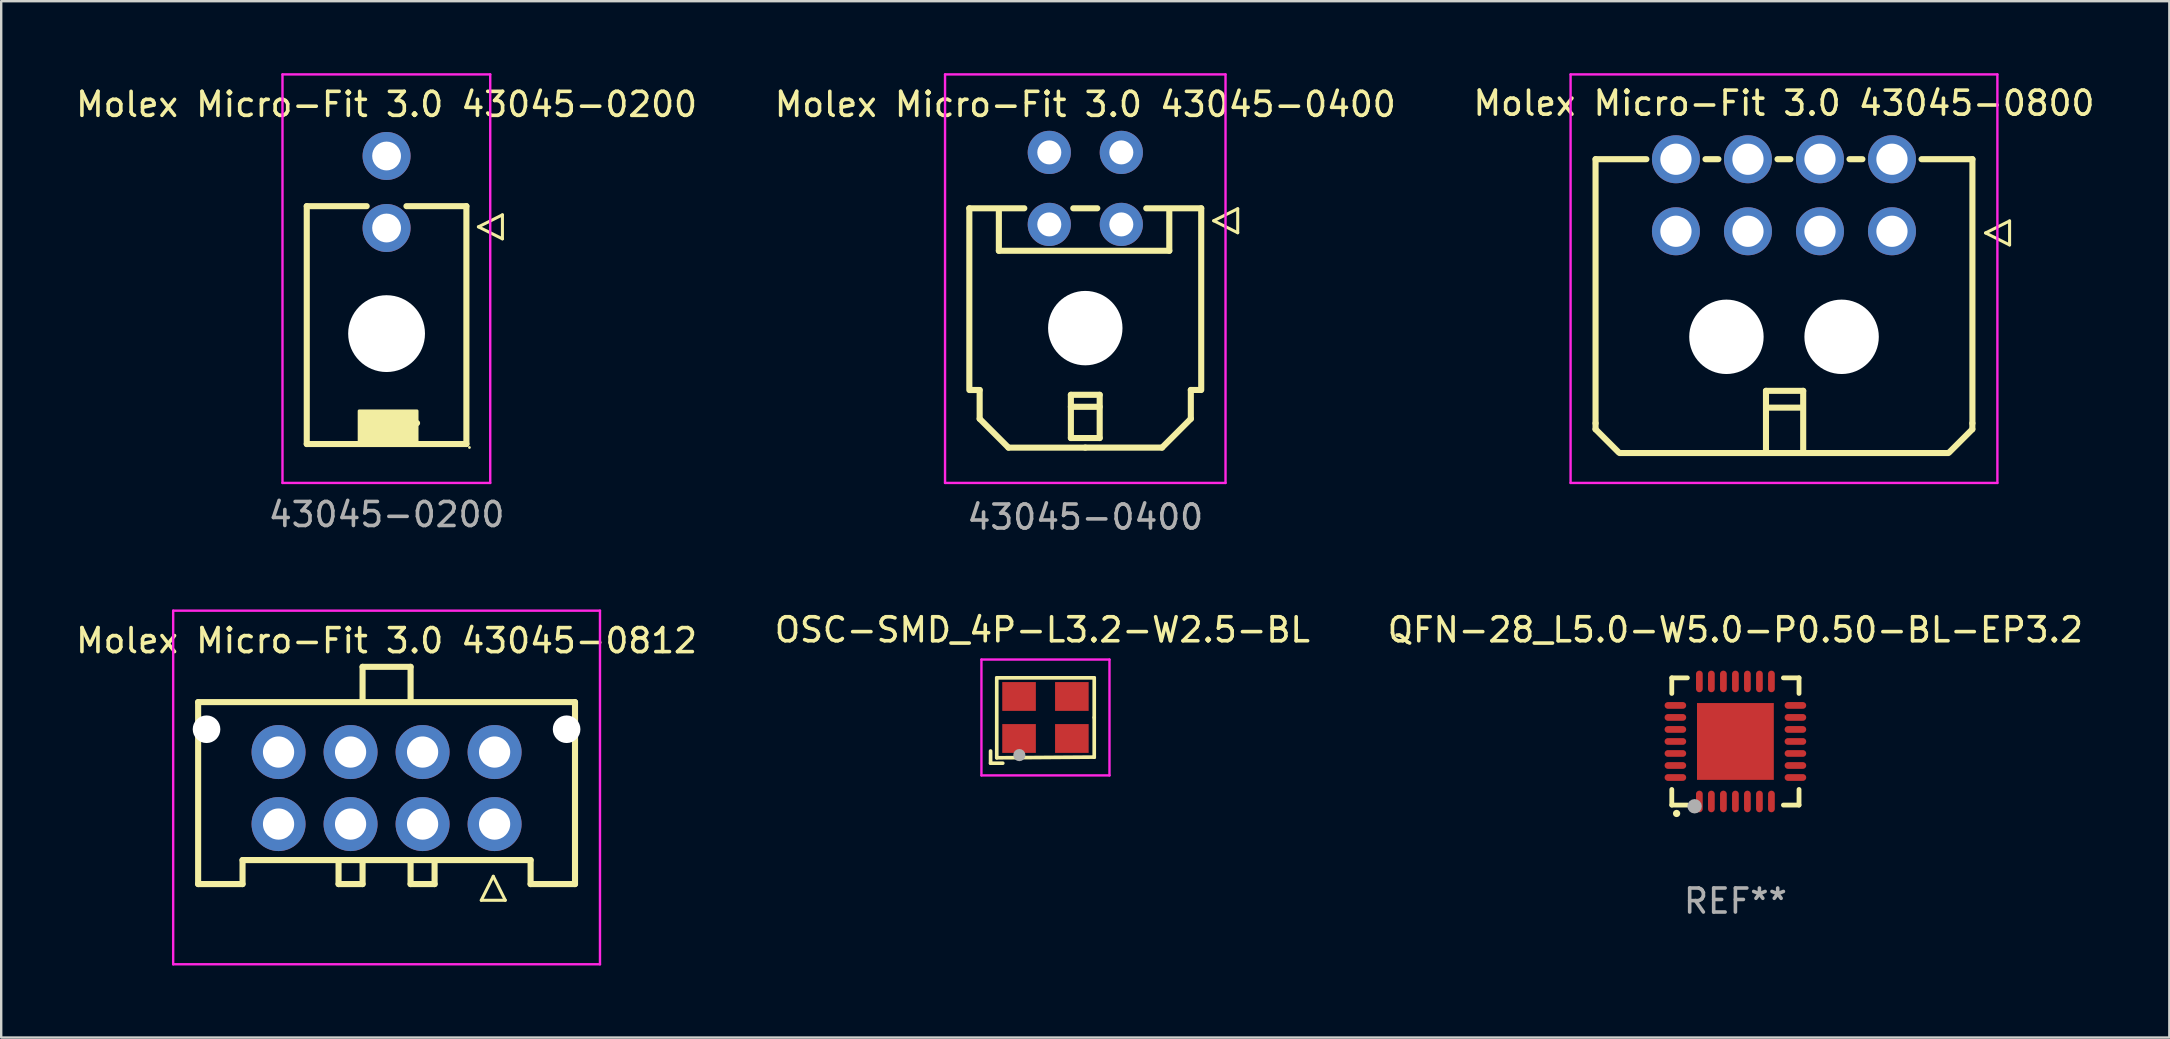
<source format=kicad_pcb>
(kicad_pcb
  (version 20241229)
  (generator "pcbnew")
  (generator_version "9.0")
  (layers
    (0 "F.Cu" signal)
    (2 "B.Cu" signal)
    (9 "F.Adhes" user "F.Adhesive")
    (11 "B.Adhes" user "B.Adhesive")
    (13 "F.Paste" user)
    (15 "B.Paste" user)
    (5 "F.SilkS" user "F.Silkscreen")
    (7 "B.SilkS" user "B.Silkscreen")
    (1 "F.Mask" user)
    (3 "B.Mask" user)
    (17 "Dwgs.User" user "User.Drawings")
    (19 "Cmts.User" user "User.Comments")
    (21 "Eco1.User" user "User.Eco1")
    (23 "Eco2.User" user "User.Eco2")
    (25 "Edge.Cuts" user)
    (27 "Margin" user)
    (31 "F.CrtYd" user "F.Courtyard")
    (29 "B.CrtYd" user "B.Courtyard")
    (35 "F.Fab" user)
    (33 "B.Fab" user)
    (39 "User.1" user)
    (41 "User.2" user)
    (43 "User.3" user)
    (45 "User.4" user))
  (footprint "Molex Micro-Fit 3.0 43045-0200"
    (layer "F.Cu")
    (at 13.054 6.448)
    (property "Reference" "Molex Micro-Fit 3.0 43045-0200" (at 0 -5.149 0) (layer "F.SilkS") (effects (font (size 1 1) (thickness 0.15))))
    (attr through_hole)
    (fp_line (start -3.325 -0.91) (end -0.828 -0.91) (stroke (width 0.254) (type solid)) (layer "F.SilkS"))
    (fp_line (start -3.325 9) (end -3.325 -0.91) (stroke (width 0.254) (type solid)) (layer "F.SilkS"))
    (fp_line (start -3.325 9) (end 3.325 9) (stroke (width 0.254) (type solid)) (layer "F.SilkS"))
    (fp_line (start -1.016 8.128) (end 1.27 8.128) (stroke (width 0.254) (type solid)) (layer "F.SilkS"))
    (fp_line (start 0.828 -0.91) (end 3.325 -0.91) (stroke (width 0.254) (type solid)) (layer "F.SilkS"))
    (fp_line (start 3.325 9) (end 3.325 -0.91) (stroke (width 0.254) (type solid)) (layer "F.SilkS"))
    (fp_line (start 3.826 -0.048) (end 4.826 -0.548) (stroke (width 0.127) (type solid)) (layer "F.SilkS"))
    (fp_line (start 4.826 -0.548) (end 4.826 0.452) (stroke (width 0.127) (type solid)) (layer "F.SilkS"))
    (fp_line (start 4.826 0.452) (end 3.826 -0.048) (stroke (width 0.127) (type solid)) (layer "F.SilkS"))
    (fp_circle (center 3.452 9.144) (end 3.482 9.144) (stroke (width 0.06) (type solid)) (fill no) (layer "F.SilkS"))
    (fp_poly (pts (xy -1.143 7.62) (xy 1.27 7.62) (xy 1.27 9.017) (xy -1.143 9.017)) (stroke (width 0.12) (type solid)) (fill yes) (layer "F.SilkS"))
    (fp_line (start -4.336 -6.398) (end 4.318 -6.398) (stroke (width 0.1) (type solid)) (layer "F.CrtYd"))
    (fp_line (start -4.336 10.62) (end -4.336 -6.398) (stroke (width 0.1) (type solid)) (layer "F.CrtYd"))
    (fp_line (start 4.318 -6.398) (end 4.318 10.62) (stroke (width 0.1) (type solid)) (layer "F.CrtYd"))
    (fp_line (start 4.318 10.62) (end -4.336 10.62) (stroke (width 0.1) (type solid)) (layer "F.CrtYd"))
    (fp_text user "43045-0200" (at 0 11.938 0) (unlocked yes) (layer "F.Fab") (effects (font (size 1 1) (thickness 0.15))))
    (pad "" np_thru_hole circle (at 0 4.4) (size 3.2 3.2) (drill 3.2) (layers "*.Cu" "*.Mask"))
    (pad "1" thru_hole circle (at 0 0) (size 2 2) (drill 1.2) (layers "*.Cu" "*.Mask"))
    (pad "2" thru_hole circle (at 0 -3) (size 2 2) (drill 1.2) (layers "*.Cu" "*.Mask")))
  (footprint "Molex Micro-Fit 3.0 43045-0812"
    (layer "F.Cu")
    (at 13.054 31.279)
    (property "Reference" "Molex Micro-Fit 3.0 43045-0812" (at 0 -7.64 0) (layer "F.SilkS") (effects (font (size 1 1) (thickness 0.15))))
    (attr through_hole)
    (fp_line (start -7.85 -5.08) (end -7.85 2.5) (stroke (width 0.254) (type solid)) (layer "F.SilkS"))
    (fp_line (start -6 1.5) (end -6 2.5) (stroke (width 0.254) (type solid)) (layer "F.SilkS"))
    (fp_line (start -6 1.5) (end 6 1.5) (stroke (width 0.254) (type solid)) (layer "F.SilkS"))
    (fp_line (start -6 2.5) (end -7.85 2.5) (stroke (width 0.254) (type solid)) (layer "F.SilkS"))
    (fp_line (start -2 1.5) (end -2 2.5) (stroke (width 0.254) (type solid)) (layer "F.SilkS"))
    (fp_line (start -2 2.5) (end -1 2.5) (stroke (width 0.254) (type solid)) (layer "F.SilkS"))
    (fp_line (start -1 -6.55) (end 1 -6.55) (stroke (width 0.254) (type solid)) (layer "F.SilkS"))
    (fp_line (start -1 -5.15) (end -1 -6.55) (stroke (width 0.254) (type solid)) (layer "F.SilkS"))
    (fp_line (start -1 2.5) (end -1 1.5) (stroke (width 0.254) (type solid)) (layer "F.SilkS"))
    (fp_line (start 1 -6.55) (end 1 -5.15) (stroke (width 0.254) (type solid)) (layer "F.SilkS"))
    (fp_line (start 1 1.5) (end 1 2.5) (stroke (width 0.254) (type solid)) (layer "F.SilkS"))
    (fp_line (start 1 2.5) (end 2 2.5) (stroke (width 0.254) (type solid)) (layer "F.SilkS"))
    (fp_line (start 2 2.5) (end 2 1.5) (stroke (width 0.254) (type solid)) (layer "F.SilkS"))
    (fp_line (start 3.945 3.175) (end 4.445 2.175) (stroke (width 0.127) (type solid)) (layer "F.SilkS"))
    (fp_line (start 4.445 2.175) (end 4.945 3.175) (stroke (width 0.127) (type solid)) (layer "F.SilkS"))
    (fp_line (start 4.945 3.175) (end 3.945 3.175) (stroke (width 0.127) (type solid)) (layer "F.SilkS"))
    (fp_line (start 6 1.5) (end 6 2.5) (stroke (width 0.254) (type solid)) (layer "F.SilkS"))
    (fp_line (start 6 2.5) (end 7.85 2.5) (stroke (width 0.254) (type solid)) (layer "F.SilkS"))
    (fp_line (start 7.85 -5.08) (end -7.85 -5.08) (stroke (width 0.254) (type solid)) (layer "F.SilkS"))
    (fp_line (start 7.85 2.5) (end 7.85 -5.08) (stroke (width 0.254) (type solid)) (layer "F.SilkS"))
    (fp_line (start -8.89 -8.89) (end 8.89 -8.89) (stroke (width 0.1) (type solid)) (layer "F.CrtYd"))
    (fp_line (start -8.89 5.842) (end -8.89 -8.89) (stroke (width 0.1) (type solid)) (layer "F.CrtYd"))
    (fp_line (start 8.89 -8.89) (end 8.89 5.842) (stroke (width 0.1) (type solid)) (layer "F.CrtYd"))
    (fp_line (start 8.89 5.842) (end -8.89 5.842) (stroke (width 0.1) (type solid)) (layer "F.CrtYd"))
    (pad "" np_thru_hole circle (at -7.5 -3.95) (size 1.15 1.15) (drill 1.15) (layers "*.Cu" "*.Mask"))
    (pad "" np_thru_hole circle (at 7.5 -3.95) (size 1.15 1.15) (drill 1.15) (layers "*.Cu" "*.Mask"))
    (pad "1" thru_hole circle (at 4.5 0) (size 2.25 2.25) (drill 1.3) (layers "*.Cu" "*.Mask"))
    (pad "2" thru_hole circle (at 1.5 0) (size 2.25 2.25) (drill 1.3) (layers "*.Cu" "*.Mask"))
    (pad "3" thru_hole circle (at -1.5 0) (size 2.25 2.25) (drill 1.3) (layers "*.Cu" "*.Mask"))
    (pad "4" thru_hole circle (at -4.5 0) (size 2.25 2.25) (drill 1.3) (layers "*.Cu" "*.Mask"))
    (pad "5" thru_hole circle (at 4.5 -3) (size 2.25 2.25) (drill 1.3) (layers "*.Cu" "*.Mask"))
    (pad "6" thru_hole circle (at 1.5 -3) (size 2.25 2.25) (drill 1.3) (layers "*.Cu" "*.Mask"))
    (pad "7" thru_hole circle (at -1.5 -3) (size 2.25 2.25) (drill 1.3) (layers "*.Cu" "*.Mask"))
    (pad "8" thru_hole circle (at -4.5 -3) (size 2.25 2.25) (drill 1.3) (layers "*.Cu" "*.Mask")))
  (footprint "Molex Micro-Fit 3.0 43045-0400"
    (layer "F.Cu")
    (at 42.161 6.299)
    (property "Reference" "Molex Micro-Fit 3.0 43045-0400" (at 0 -5 180) (layer "F.SilkS") (effects (font (size 1 1) (thickness 0.15))))
    (attr through_hole)
    (fp_line (start -4.83 -0.672) (end -2.54 -0.672) (stroke (width 0.254) (type solid)) (layer "F.SilkS"))
    (fp_line (start -4.83 6.898) (end -4.83 -0.672) (stroke (width 0.254) (type solid)) (layer "F.SilkS"))
    (fp_line (start -4.8 6.898) (end -4.4 6.898) (stroke (width 0.254) (type solid)) (layer "F.SilkS"))
    (fp_line (start -4.4 6.898) (end -4.4 8.098) (stroke (width 0.254) (type solid)) (layer "F.SilkS"))
    (fp_line (start -4.4 8.098) (end -3.2 9.298) (stroke (width 0.254) (type solid)) (layer "F.SilkS"))
    (fp_line (start -3.6 -0.602) (end -3.6 1.098) (stroke (width 0.254) (type solid)) (layer "F.SilkS"))
    (fp_line (start -3.6 1.098) (end 3.5 1.098) (stroke (width 0.254) (type solid)) (layer "F.SilkS"))
    (fp_line (start -3.2 9.298) (end 0 9.298) (stroke (width 0.254) (type solid)) (layer "F.SilkS"))
    (fp_line (start -0.6 7.098) (end 0.6 7.098) (stroke (width 0.254) (type solid)) (layer "F.SilkS"))
    (fp_line (start -0.6 7.598) (end 0.6 7.598) (stroke (width 0.254) (type solid)) (layer "F.SilkS"))
    (fp_line (start -0.6 8.898) (end -0.6 7.098) (stroke (width 0.254) (type solid)) (layer "F.SilkS"))
    (fp_line (start -0.5 -0.672) (end 0.5 -0.672) (stroke (width 0.254) (type solid)) (layer "F.SilkS"))
    (fp_line (start 0.6 7.098) (end 0.6 8.898) (stroke (width 0.254) (type solid)) (layer "F.SilkS"))
    (fp_line (start 0.6 8.898) (end -0.6 8.898) (stroke (width 0.254) (type solid)) (layer "F.SilkS"))
    (fp_line (start 2.54 -0.672) (end 4.83 -0.672) (stroke (width 0.254) (type solid)) (layer "F.SilkS"))
    (fp_line (start 3.197 9.297) (end -0.003 9.297) (stroke (width 0.254) (type solid)) (layer "F.SilkS"))
    (fp_line (start 3.5 1.098) (end 3.5 -0.602) (stroke (width 0.254) (type solid)) (layer "F.SilkS"))
    (fp_line (start 4.397 6.897) (end 4.397 8.097) (stroke (width 0.254) (type solid)) (layer "F.SilkS"))
    (fp_line (start 4.397 8.097) (end 3.197 9.297) (stroke (width 0.254) (type solid)) (layer "F.SilkS"))
    (fp_line (start 4.797 6.897) (end 4.397 6.897) (stroke (width 0.254) (type solid)) (layer "F.SilkS"))
    (fp_line (start 4.83 -0.672) (end 4.83 6.898) (stroke (width 0.254) (type solid)) (layer "F.SilkS"))
    (fp_line (start 5.35 -0.153) (end 6.35 -0.653) (stroke (width 0.127) (type solid)) (layer "F.SilkS"))
    (fp_line (start 6.35 -0.653) (end 6.35 0.347) (stroke (width 0.127) (type solid)) (layer "F.SilkS"))
    (fp_line (start 6.35 0.347) (end 5.35 -0.153) (stroke (width 0.127) (type solid)) (layer "F.SilkS"))
    (fp_line (start -5.842 -6.249) (end 5.842 -6.249) (stroke (width 0.1) (type solid)) (layer "F.CrtYd"))
    (fp_line (start -5.842 10.769) (end -5.842 -6.249) (stroke (width 0.1) (type solid)) (layer "F.CrtYd"))
    (fp_line (start 5.842 -6.249) (end 5.842 10.769) (stroke (width 0.1) (type solid)) (layer "F.CrtYd"))
    (fp_line (start 5.842 10.769) (end -5.842 10.769) (stroke (width 0.1) (type solid)) (layer "F.CrtYd"))
    (fp_text user "43045-0400" (at 0 12.192 0) (unlocked yes) (layer "F.Fab") (effects (font (size 1 1) (thickness 0.15))))
    (pad "" np_thru_hole circle (at 0 4.32) (size 3.1 3.1) (drill 3.1) (layers "*.Cu" "*.Mask"))
    (pad "1" thru_hole circle (at 1.501 0) (size 1.8 1.8) (drill 1) (layers "*.Cu" "*.Mask"))
    (pad "2" thru_hole circle (at -1.499 0) (size 1.8 1.8) (drill 1) (layers "*.Cu" "*.Mask"))
    (pad "3" thru_hole circle (at 1.501 -3) (size 1.8 1.8) (drill 1) (layers "*.Cu" "*.Mask"))
    (pad "4" thru_hole circle (at -1.499 -3) (size 1.8 1.8) (drill 1) (layers "*.Cu" "*.Mask")))
  (footprint "Molex Micro-Fit 3.0 43045-0800"
    (layer "F.Cu")
    (at 71.268 6.584)
    (property "Reference" "Molex Micro-Fit 3.0 43045-0800" (at 0 -5.334 0) (layer "F.SilkS") (effects (font (size 1 1) (thickness 0.15))))
    (attr through_hole)
    (fp_line (start -7.85 -3.002) (end -5.732 -3.002) (stroke (width 0.254) (type solid)) (layer "F.SilkS"))
    (fp_line (start -7.85 7.998) (end -7.85 -3.002) (stroke (width 0.254) (type solid)) (layer "F.SilkS"))
    (fp_line (start -7.85 7.998) (end -7.85 8.248) (stroke (width 0.254) (type solid)) (layer "F.SilkS"))
    (fp_line (start -7.85 8.248) (end -6.9 9.198) (stroke (width 0.254) (type solid)) (layer "F.SilkS"))
    (fp_line (start -6.85 9.238) (end 6.85 9.238) (stroke (width 0.254) (type solid)) (layer "F.SilkS"))
    (fp_line (start -3.27 -3.002) (end -2.732 -3.002) (stroke (width 0.254) (type solid)) (layer "F.SilkS"))
    (fp_line (start -0.75 6.648) (end -0.75 9.198) (stroke (width 0.254) (type solid)) (layer "F.SilkS"))
    (fp_line (start -0.75 6.648) (end 0.8 6.648) (stroke (width 0.254) (type solid)) (layer "F.SilkS"))
    (fp_line (start -0.7 7.348) (end 0.75 7.348) (stroke (width 0.254) (type solid)) (layer "F.SilkS"))
    (fp_line (start -0.27 -3.002) (end 0.267 -3.002) (stroke (width 0.254) (type solid)) (layer "F.SilkS"))
    (fp_line (start 0.8 6.648) (end 0.8 9.198) (stroke (width 0.254) (type solid)) (layer "F.SilkS"))
    (fp_line (start 2.73 -3.002) (end 3.267 -3.002) (stroke (width 0.254) (type solid)) (layer "F.SilkS"))
    (fp_line (start 5.729 -3.002) (end 7.85 -3.002) (stroke (width 0.254) (type solid)) (layer "F.SilkS"))
    (fp_line (start 7.847 7.997) (end 7.847 8.247) (stroke (width 0.254) (type solid)) (layer "F.SilkS"))
    (fp_line (start 7.847 8.247) (end 6.897 9.197) (stroke (width 0.254) (type solid)) (layer "F.SilkS"))
    (fp_line (start 7.85 -3.002) (end 7.85 7.998) (stroke (width 0.254) (type solid)) (layer "F.SilkS"))
    (fp_line (start 8.398 0.07) (end 9.398 -0.43) (stroke (width 0.127) (type solid)) (layer "F.SilkS"))
    (fp_line (start 9.398 -0.43) (end 9.398 0.57) (stroke (width 0.127) (type solid)) (layer "F.SilkS"))
    (fp_line (start 9.398 0.57) (end 8.398 0.07) (stroke (width 0.127) (type solid)) (layer "F.SilkS"))
    (fp_line (start -8.89 -6.534) (end 8.89 -6.534) (stroke (width 0.1) (type solid)) (layer "F.CrtYd"))
    (fp_line (start -8.89 10.484) (end -8.89 -6.534) (stroke (width 0.1) (type solid)) (layer "F.CrtYd"))
    (fp_line (start 8.89 -6.534) (end 8.89 10.484) (stroke (width 0.1) (type solid)) (layer "F.CrtYd"))
    (fp_line (start 8.89 10.484) (end -8.89 10.484) (stroke (width 0.1) (type solid)) (layer "F.CrtYd"))
    (pad "" np_thru_hole circle (at -2.398 4.397) (size 3.1 3.1) (drill 3.1) (layers "*.Cu" "*.Mask"))
    (pad "" np_thru_hole circle (at 2.4 4.397) (size 3.1 3.1) (drill 3.1) (layers "*.Cu" "*.Mask"))
    (pad "1" thru_hole circle (at 4.498 0) (size 2 2) (drill 1.3) (layers "*.Cu" "*.Mask"))
    (pad "2" thru_hole circle (at 1.499 0) (size 2 2) (drill 1.3) (layers "*.Cu" "*.Mask"))
    (pad "3" thru_hole circle (at -1.501 0) (size 2 2) (drill 1.3) (layers "*.Cu" "*.Mask"))
    (pad "4" thru_hole circle (at -4.501 0) (size 2 2) (drill 1.3) (layers "*.Cu" "*.Mask"))
    (pad "5" thru_hole circle (at 4.498 -3) (size 2 2) (drill 1.3) (layers "*.Cu" "*.Mask"))
    (pad "6" thru_hole circle (at 1.499 -3) (size 2 2) (drill 1.3) (layers "*.Cu" "*.Mask"))
    (pad "7" thru_hole circle (at -1.501 -3) (size 2 2) (drill 1.3) (layers "*.Cu" "*.Mask"))
    (pad "8" thru_hole circle (at -4.501 -3) (size 2 2) (drill 1.3) (layers "*.Cu" "*.Mask")))
  (footprint "QFN-28_L5.0-W5.0-P0.50-BL-EP3.2"
    (layer "F.Cu")
    (at 69.244 27.838)
    (property "Reference" "QFN-28_L5.0-W5.0-P0.50-BL-EP3.2" (at 0 -4.65 0) (layer "F.SilkS") (effects (font (size 1 1) (thickness 0.15))))
    (attr through_hole)
    (fp_line (start -2.65 -2.65) (end -2.65 -2) (stroke (width 0.2) (type solid)) (layer "F.SilkS"))
    (fp_line (start -2.65 2.65) (end -2.65 2) (stroke (width 0.2) (type solid)) (layer "F.SilkS"))
    (fp_line (start -2 -2.65) (end -2.65 -2.65) (stroke (width 0.2) (type solid)) (layer "F.SilkS"))
    (fp_line (start -2 2.65) (end -2.65 2.65) (stroke (width 0.2) (type solid)) (layer "F.SilkS"))
    (fp_line (start 2 2.65) (end 2.65 2.65) (stroke (width 0.2) (type solid)) (layer "F.SilkS"))
    (fp_line (start 2.65 -2.65) (end 2 -2.65) (stroke (width 0.2) (type solid)) (layer "F.SilkS"))
    (fp_line (start 2.65 -2) (end 2.65 -2.65) (stroke (width 0.2) (type solid)) (layer "F.SilkS"))
    (fp_line (start 2.65 2.65) (end 2.65 2) (stroke (width 0.2) (type solid)) (layer "F.SilkS"))
    (fp_arc (start -2.451105 2.999746) (mid -2.449835 2.999741) (end -2.448565 2.999746) (stroke (width 0.3) (type solid)) (layer "F.SilkS"))
    (fp_circle (center -1.7 2.7) (end -1.55 2.7) (stroke (width 0.3) (type solid)) (fill no) (layer "F.Fab"))
    (fp_text user "REF**" (at 0 6.65 0) (layer "F.Fab") (effects (font (size 1 1) (thickness 0.15))))
    (pad "1" smd oval (at -1.501 2.5 180) (size 0.28 0.9) (layers "F.Cu" "F.Mask" "F.Paste"))
    (pad "2" smd oval (at -1.001 2.5 180) (size 0.28 0.9) (layers "F.Cu" "F.Mask" "F.Paste"))
    (pad "3" smd oval (at -0.5 2.5 180) (size 0.28 0.9) (layers "F.Cu" "F.Mask" "F.Paste"))
    (pad "4" smd oval (at 0.000076 2.5 180) (size 0.28 0.9) (layers "F.Cu" "F.Mask" "F.Paste"))
    (pad "5" smd oval (at 0.5 2.5 180) (size 0.28 0.9) (layers "F.Cu" "F.Mask" "F.Paste"))
    (pad "6" smd oval (at 1.001 2.5 180) (size 0.28 0.9) (layers "F.Cu" "F.Mask" "F.Paste"))
    (pad "7" smd oval (at 1.501 2.5 180) (size 0.28 0.9) (layers "F.Cu" "F.Mask" "F.Paste"))
    (pad "8" smd oval (at 2.5 1.501 90) (size 0.28 0.9) (layers "F.Cu" "F.Mask" "F.Paste"))
    (pad "9" smd oval (at 2.5 1.001 90) (size 0.28 0.9) (layers "F.Cu" "F.Mask" "F.Paste"))
    (pad "10" smd oval (at 2.5 0.5 90) (size 0.28 0.9) (layers "F.Cu" "F.Mask" "F.Paste"))
    (pad "11" smd oval (at 2.5 0.000076 90) (size 0.28 0.9) (layers "F.Cu" "F.Mask" "F.Paste"))
    (pad "12" smd oval (at 2.5 -0.5 90) (size 0.28 0.9) (layers "F.Cu" "F.Mask" "F.Paste"))
    (pad "13" smd oval (at 2.5 -1.001 90) (size 0.28 0.9) (layers "F.Cu" "F.Mask" "F.Paste"))
    (pad "14" smd oval (at 2.5 -1.501 90) (size 0.28 0.9) (layers "F.Cu" "F.Mask" "F.Paste"))
    (pad "15" smd oval (at 1.501 -2.5 180) (size 0.28 0.9) (layers "F.Cu" "F.Mask" "F.Paste"))
    (pad "16" smd oval (at 1.001 -2.5 180) (size 0.28 0.9) (layers "F.Cu" "F.Mask" "F.Paste"))
    (pad "17" smd oval (at 0.5 -2.5 180) (size 0.28 0.9) (layers "F.Cu" "F.Mask" "F.Paste"))
    (pad "18" smd oval (at 0.000076 -2.5 180) (size 0.28 0.9) (layers "F.Cu" "F.Mask" "F.Paste"))
    (pad "19" smd oval (at -0.5 -2.5 180) (size 0.28 0.9) (layers "F.Cu" "F.Mask" "F.Paste"))
    (pad "20" smd oval (at -1.001 -2.5 180) (size 0.28 0.9) (layers "F.Cu" "F.Mask" "F.Paste"))
    (pad "21" smd oval (at -1.501 -2.5 180) (size 0.28 0.9) (layers "F.Cu" "F.Mask" "F.Paste"))
    (pad "22" smd oval (at -2.5 -1.501 90) (size 0.28 0.9) (layers "F.Cu" "F.Mask" "F.Paste"))
    (pad "23" smd oval (at -2.5 -1.001 90) (size 0.28 0.9) (layers "F.Cu" "F.Mask" "F.Paste"))
    (pad "24" smd oval (at -2.5 -0.5 90) (size 0.28 0.9) (layers "F.Cu" "F.Mask" "F.Paste"))
    (pad "25" smd oval (at -2.5 0.000076 90) (size 0.28 0.9) (layers "F.Cu" "F.Mask" "F.Paste"))
    (pad "26" smd oval (at -2.5 0.5 90) (size 0.28 0.9) (layers "F.Cu" "F.Mask" "F.Paste"))
    (pad "27" smd oval (at -2.5 1.001 90) (size 0.28 0.9) (layers "F.Cu" "F.Mask" "F.Paste"))
    (pad "28" smd oval (at -2.5 1.501 90) (size 0.28 0.9) (layers "F.Cu" "F.Mask" "F.Paste"))
    (pad "29" smd rect (at 0.000076 0.000076 90) (size 3.2 3.2) (layers "F.Cu" "F.Mask" "F.Paste")))
  (footprint "OSC-SMD_4P-L3.2-W2.5-BL"
    (layer "F.Cu")
    (at 40.375 26.966)
    (property "Reference" "OSC-SMD_4P-L3.2-W2.5-BL" (at 0 -3.778 0) (layer "F.SilkS") (effects (font (size 1 1) (thickness 0.15))))
    (attr through_hole)
    (fp_line (start -2.159 1.27) (end -2.159 1.778) (stroke (width 0.152) (type solid)) (layer "F.SilkS"))
    (fp_line (start -2.159 1.778) (end -1.651 1.778) (stroke (width 0.152) (type solid)) (layer "F.SilkS"))
    (fp_line (start -1.902 -1.778) (end 2.159 -1.778) (stroke (width 0.152) (type solid)) (layer "F.SilkS"))
    (fp_line (start -1.902 1.552) (end -1.902 -1.778) (stroke (width 0.152) (type solid)) (layer "F.SilkS"))
    (fp_line (start 2.159 -1.778) (end 2.159 -0.127) (stroke (width 0.152) (type solid)) (layer "F.SilkS"))
    (fp_line (start 2.159 -0.127) (end 2.159 1.524) (stroke (width 0.152) (type solid)) (layer "F.SilkS"))
    (fp_line (start 2.159 1.524) (end -1.902 1.552) (stroke (width 0.152) (type solid)) (layer "F.SilkS"))
    (fp_line (start 2.159 1.524) (end 2.159 1.524) (stroke (width 0.152) (type solid)) (layer "F.SilkS"))
    (fp_line (start -2.54 -2.54) (end 2.794 -2.54) (stroke (width 0.1) (type solid)) (layer "F.CrtYd"))
    (fp_line (start -2.54 2.286) (end -2.54 -2.54) (stroke (width 0.1) (type solid)) (layer "F.CrtYd"))
    (fp_line (start 2.794 -2.54) (end 2.794 2.286) (stroke (width 0.1) (type solid)) (layer "F.CrtYd"))
    (fp_line (start 2.794 2.286) (end -2.54 2.286) (stroke (width 0.1) (type solid)) (layer "F.CrtYd"))
    (fp_circle (center -0.961 1.44) (end -0.834 1.44) (stroke (width 0.254) (type solid)) (fill no) (layer "F.Fab"))
    (pad "1" smd rect (at -0.973 0.748) (size 1.4 1.2) (layers "F.Cu" "F.Mask" "F.Paste"))
    (pad "2" smd rect (at 1.227 0.748) (size 1.4 1.2) (layers "F.Cu" "F.Mask" "F.Paste"))
    (pad "3" smd rect (at 1.227 -1.002) (size 1.4 1.2) (layers "F.Cu" "F.Mask" "F.Paste"))
    (pad "4" smd rect (at -0.973 -1.002) (size 1.4 1.2) (layers "F.Cu" "F.Mask" "F.Paste")))
  (gr_rect
    (start -3 -3)
    (end 87.321 40.171)
    (stroke (width 0.1) (type default))
    (fill no)
    (layer "Edge.Cuts")))
</source>
